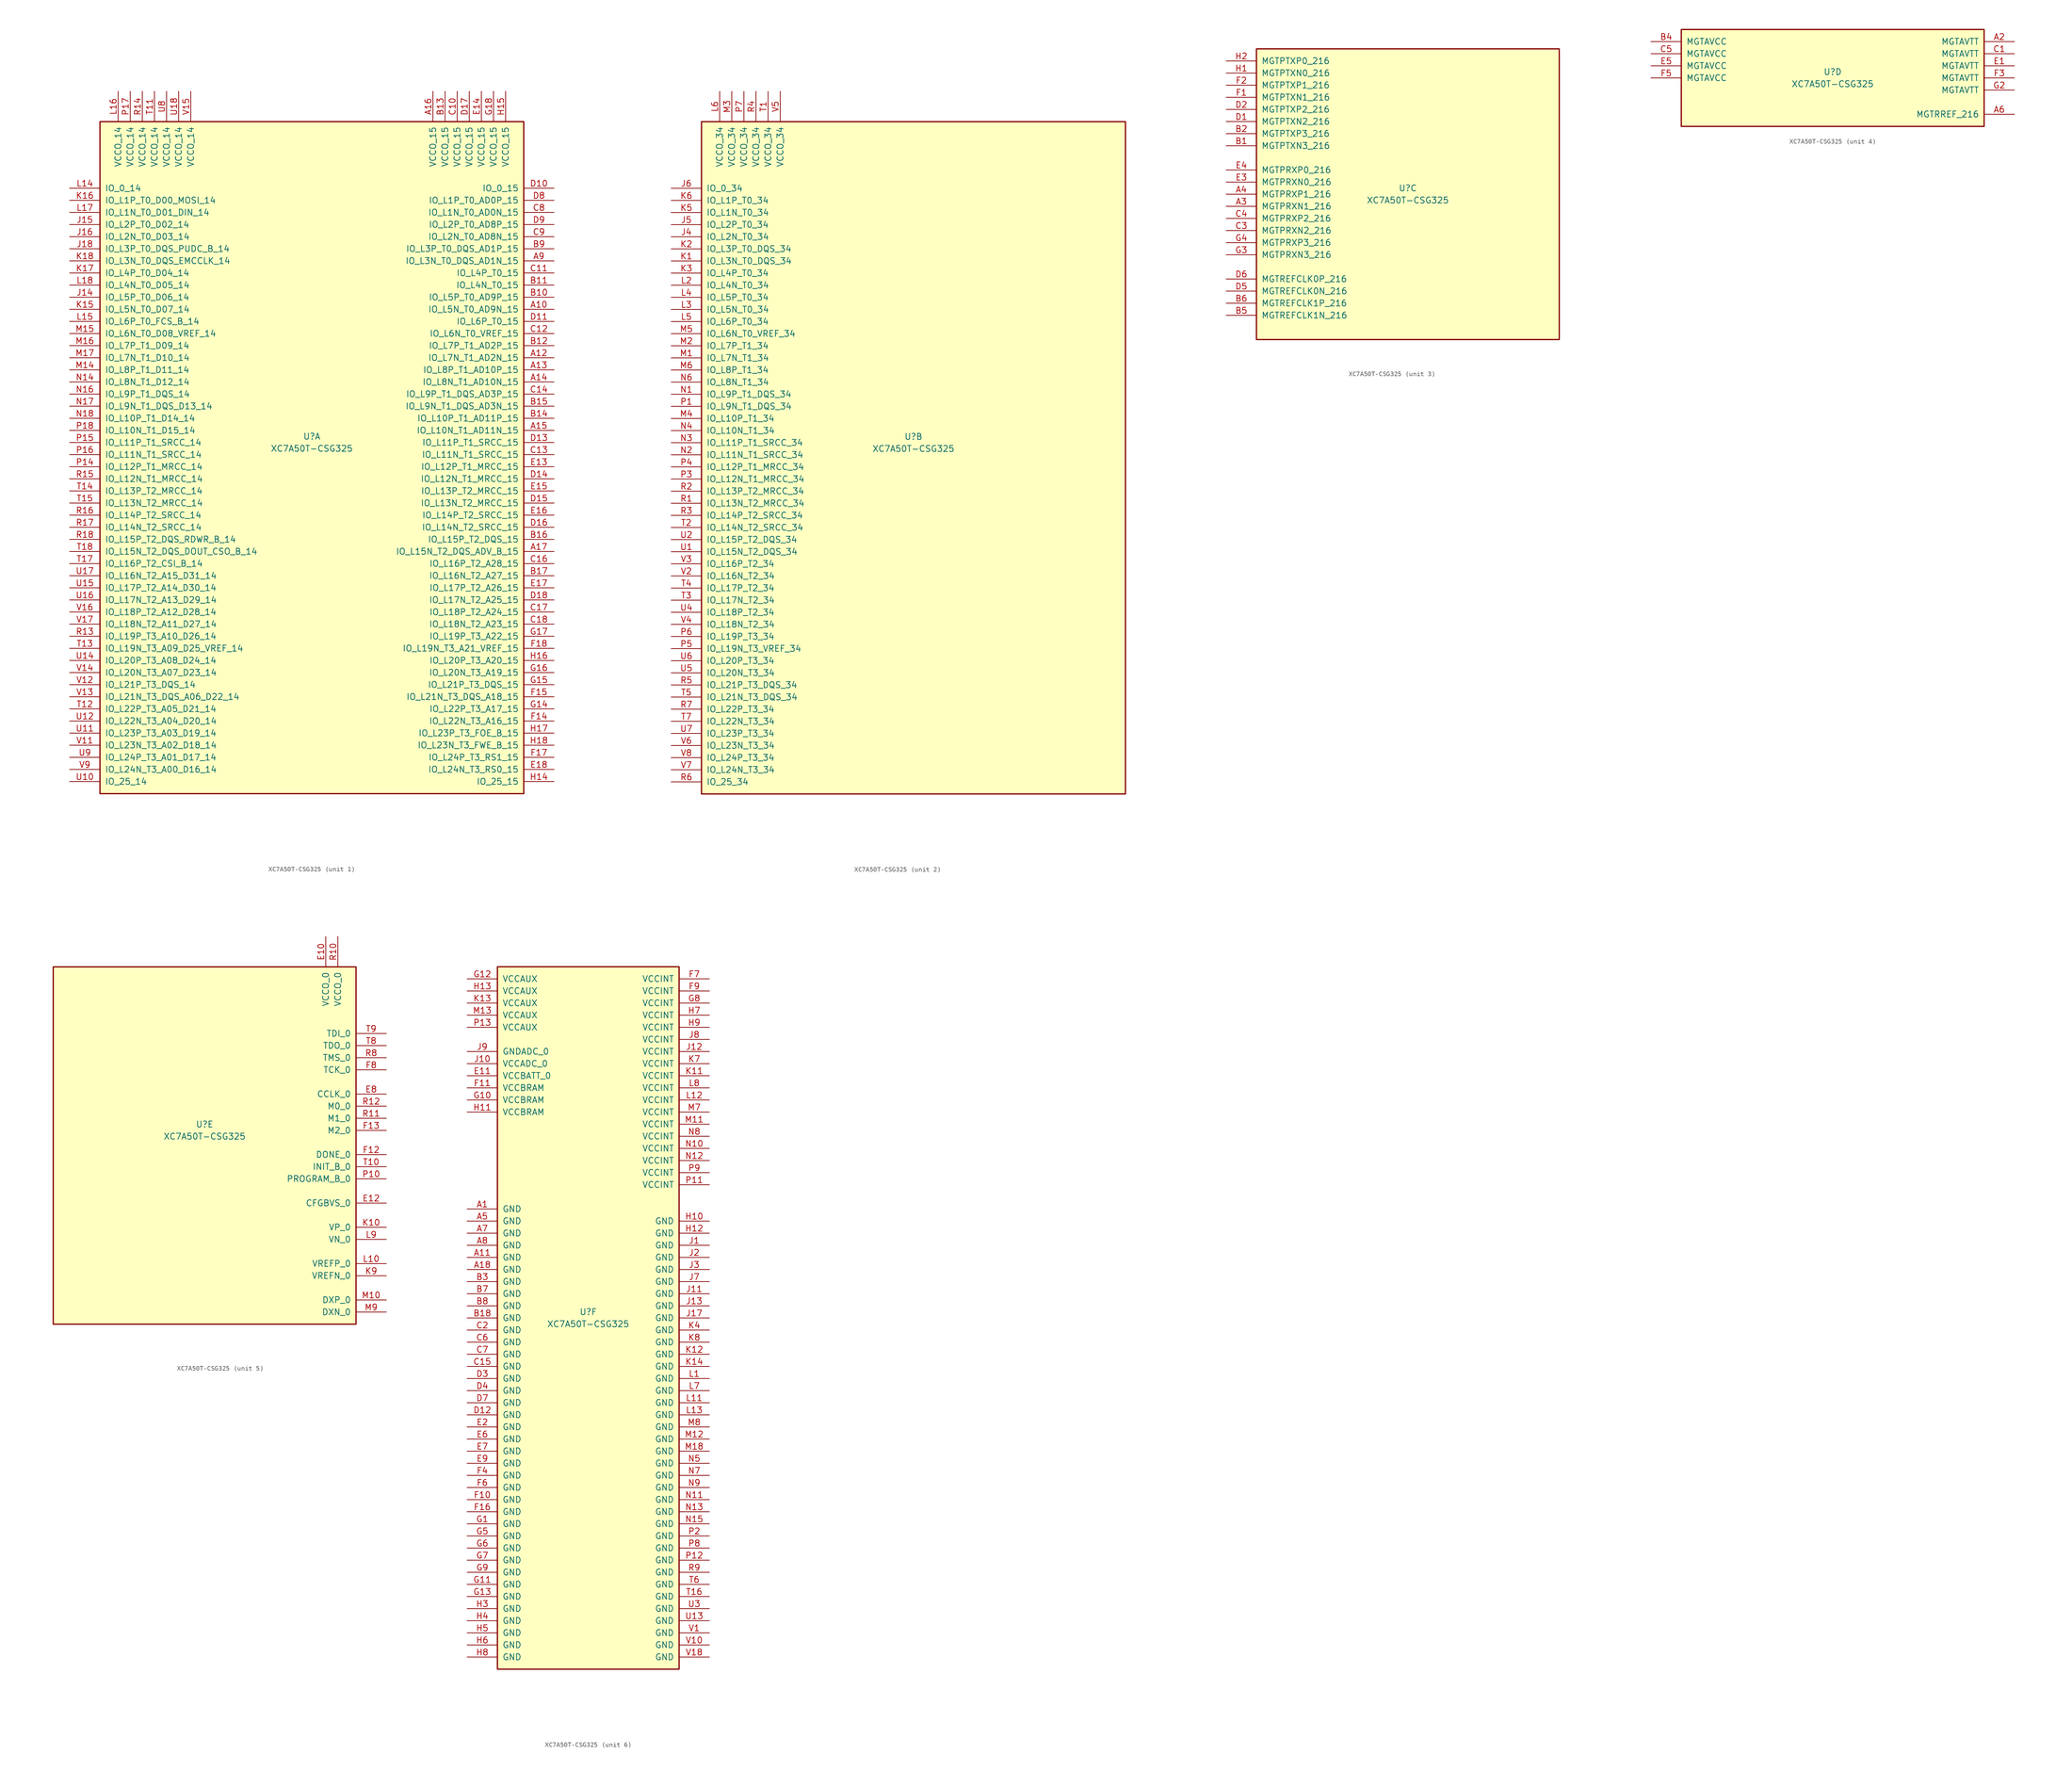
<source format=kicad_sym>
(kicad_symbol_lib
  (version 20241209)
  (generator "kicad_symbol_editor")
  (generator_version "9.0")
  (symbol "XC7A50T-CSG325"
    (pin_names
      (offset 1.016))
    (property "Reference" "U"
      (at 0 1.27 0)
      (effects (font (size 1.27 1.27))))
    (property "Value" "XC7A50T-CSG325"
      (at 0 -1.27 0)
      (effects (font (size 1.27 1.27))))
    (property "Datasheet" ""
      (at 0 0 0)
      (effects (font (size 1.27 1.27))))
    (property "ki_locked" ""
      (at 0 0 0)
      (effects (font (size 1.27 1.27))))
    (symbol "XC7A50T-CSG325_1_1"
      (rectangle (start -44.45 67.31) (end 44.45 -73.66) (stroke (width 0.254) (type default)) (fill (type background)))
      (pin bidirectional line (at -50.8 53.34 0) (length 6.35) (name "IO_0_14" (effects (font (size 1.27 1.27)))) (number "L14" (effects (font (size 1.27 1.27)))))
      (pin bidirectional line (at -50.8 50.8 0) (length 6.35) (name "IO_L1P_T0_D00_MOSI_14" (effects (font (size 1.27 1.27)))) (number "K16" (effects (font (size 1.27 1.27)))))
      (pin bidirectional line (at -50.8 48.26 0) (length 6.35) (name "IO_L1N_T0_D01_DIN_14" (effects (font (size 1.27 1.27)))) (number "L17" (effects (font (size 1.27 1.27)))))
      (pin bidirectional line (at -50.8 45.72 0) (length 6.35) (name "IO_L2P_T0_D02_14" (effects (font (size 1.27 1.27)))) (number "J15" (effects (font (size 1.27 1.27)))))
      (pin bidirectional line (at -50.8 43.18 0) (length 6.35) (name "IO_L2N_T0_D03_14" (effects (font (size 1.27 1.27)))) (number "J16" (effects (font (size 1.27 1.27)))))
      (pin bidirectional line (at -50.8 40.64 0) (length 6.35) (name "IO_L3P_T0_DQS_PUDC_B_14" (effects (font (size 1.27 1.27)))) (number "J18" (effects (font (size 1.27 1.27)))))
      (pin bidirectional line (at -50.8 38.1 0) (length 6.35) (name "IO_L3N_T0_DQS_EMCCLK_14" (effects (font (size 1.27 1.27)))) (number "K18" (effects (font (size 1.27 1.27)))))
      (pin bidirectional line (at -50.8 35.56 0) (length 6.35) (name "IO_L4P_T0_D04_14" (effects (font (size 1.27 1.27)))) (number "K17" (effects (font (size 1.27 1.27)))))
      (pin bidirectional line (at -50.8 33.02 0) (length 6.35) (name "IO_L4N_T0_D05_14" (effects (font (size 1.27 1.27)))) (number "L18" (effects (font (size 1.27 1.27)))))
      (pin bidirectional line (at -50.8 30.48 0) (length 6.35) (name "IO_L5P_T0_D06_14" (effects (font (size 1.27 1.27)))) (number "J14" (effects (font (size 1.27 1.27)))))
      (pin bidirectional line (at -50.8 27.94 0) (length 6.35) (name "IO_L5N_T0_D07_14" (effects (font (size 1.27 1.27)))) (number "K15" (effects (font (size 1.27 1.27)))))
      (pin bidirectional line (at -50.8 25.4 0) (length 6.35) (name "IO_L6P_T0_FCS_B_14" (effects (font (size 1.27 1.27)))) (number "L15" (effects (font (size 1.27 1.27)))))
      (pin bidirectional line (at -50.8 22.86 0) (length 6.35) (name "IO_L6N_T0_D08_VREF_14" (effects (font (size 1.27 1.27)))) (number "M15" (effects (font (size 1.27 1.27)))))
      (pin bidirectional line (at -50.8 20.32 0) (length 6.35) (name "IO_L7P_T1_D09_14" (effects (font (size 1.27 1.27)))) (number "M16" (effects (font (size 1.27 1.27)))))
      (pin bidirectional line (at -50.8 17.78 0) (length 6.35) (name "IO_L7N_T1_D10_14" (effects (font (size 1.27 1.27)))) (number "M17" (effects (font (size 1.27 1.27)))))
      (pin bidirectional line (at -50.8 15.24 0) (length 6.35) (name "IO_L8P_T1_D11_14" (effects (font (size 1.27 1.27)))) (number "M14" (effects (font (size 1.27 1.27)))))
      (pin bidirectional line (at -50.8 12.7 0) (length 6.35) (name "IO_L8N_T1_D12_14" (effects (font (size 1.27 1.27)))) (number "N14" (effects (font (size 1.27 1.27)))))
      (pin bidirectional line (at -50.8 10.16 0) (length 6.35) (name "IO_L9P_T1_DQS_14" (effects (font (size 1.27 1.27)))) (number "N16" (effects (font (size 1.27 1.27)))))
      (pin bidirectional line (at -50.8 7.62 0) (length 6.35) (name "IO_L9N_T1_DQS_D13_14" (effects (font (size 1.27 1.27)))) (number "N17" (effects (font (size 1.27 1.27)))))
      (pin bidirectional line (at -50.8 5.08 0) (length 6.35) (name "IO_L10P_T1_D14_14" (effects (font (size 1.27 1.27)))) (number "N18" (effects (font (size 1.27 1.27)))))
      (pin bidirectional line (at -50.8 2.54 0) (length 6.35) (name "IO_L10N_T1_D15_14" (effects (font (size 1.27 1.27)))) (number "P18" (effects (font (size 1.27 1.27)))))
      (pin bidirectional line (at -50.8 0 0) (length 6.35) (name "IO_L11P_T1_SRCC_14" (effects (font (size 1.27 1.27)))) (number "P15" (effects (font (size 1.27 1.27)))))
      (pin bidirectional line (at -50.8 -2.54 0) (length 6.35) (name "IO_L11N_T1_SRCC_14" (effects (font (size 1.27 1.27)))) (number "P16" (effects (font (size 1.27 1.27)))))
      (pin bidirectional line (at -50.8 -5.08 0) (length 6.35) (name "IO_L12P_T1_MRCC_14" (effects (font (size 1.27 1.27)))) (number "P14" (effects (font (size 1.27 1.27)))))
      (pin bidirectional line (at -50.8 -7.62 0) (length 6.35) (name "IO_L12N_T1_MRCC_14" (effects (font (size 1.27 1.27)))) (number "R15" (effects (font (size 1.27 1.27)))))
      (pin bidirectional line (at -50.8 -10.16 0) (length 6.35) (name "IO_L13P_T2_MRCC_14" (effects (font (size 1.27 1.27)))) (number "T14" (effects (font (size 1.27 1.27)))))
      (pin bidirectional line (at -50.8 -12.7 0) (length 6.35) (name "IO_L13N_T2_MRCC_14" (effects (font (size 1.27 1.27)))) (number "T15" (effects (font (size 1.27 1.27)))))
      (pin bidirectional line (at -50.8 -15.24 0) (length 6.35) (name "IO_L14P_T2_SRCC_14" (effects (font (size 1.27 1.27)))) (number "R16" (effects (font (size 1.27 1.27)))))
      (pin bidirectional line (at -50.8 -17.78 0) (length 6.35) (name "IO_L14N_T2_SRCC_14" (effects (font (size 1.27 1.27)))) (number "R17" (effects (font (size 1.27 1.27)))))
      (pin bidirectional line (at -50.8 -20.32 0) (length 6.35) (name "IO_L15P_T2_DQS_RDWR_B_14" (effects (font (size 1.27 1.27)))) (number "R18" (effects (font (size 1.27 1.27)))))
      (pin bidirectional line (at -50.8 -22.86 0) (length 6.35) (name "IO_L15N_T2_DQS_DOUT_CSO_B_14" (effects (font (size 1.27 1.27)))) (number "T18" (effects (font (size 1.27 1.27)))))
      (pin bidirectional line (at -50.8 -25.4 0) (length 6.35) (name "IO_L16P_T2_CSI_B_14" (effects (font (size 1.27 1.27)))) (number "T17" (effects (font (size 1.27 1.27)))))
      (pin bidirectional line (at -50.8 -27.94 0) (length 6.35) (name "IO_L16N_T2_A15_D31_14" (effects (font (size 1.27 1.27)))) (number "U17" (effects (font (size 1.27 1.27)))))
      (pin bidirectional line (at -50.8 -30.48 0) (length 6.35) (name "IO_L17P_T2_A14_D30_14" (effects (font (size 1.27 1.27)))) (number "U15" (effects (font (size 1.27 1.27)))))
      (pin bidirectional line (at -50.8 -33.02 0) (length 6.35) (name "IO_L17N_T2_A13_D29_14" (effects (font (size 1.27 1.27)))) (number "U16" (effects (font (size 1.27 1.27)))))
      (pin bidirectional line (at -50.8 -35.56 0) (length 6.35) (name "IO_L18P_T2_A12_D28_14" (effects (font (size 1.27 1.27)))) (number "V16" (effects (font (size 1.27 1.27)))))
      (pin bidirectional line (at -50.8 -38.1 0) (length 6.35) (name "IO_L18N_T2_A11_D27_14" (effects (font (size 1.27 1.27)))) (number "V17" (effects (font (size 1.27 1.27)))))
      (pin bidirectional line (at -50.8 -40.64 0) (length 6.35) (name "IO_L19P_T3_A10_D26_14" (effects (font (size 1.27 1.27)))) (number "R13" (effects (font (size 1.27 1.27)))))
      (pin bidirectional line (at -50.8 -43.18 0) (length 6.35) (name "IO_L19N_T3_A09_D25_VREF_14" (effects (font (size 1.27 1.27)))) (number "T13" (effects (font (size 1.27 1.27)))))
      (pin bidirectional line (at -50.8 -45.72 0) (length 6.35) (name "IO_L20P_T3_A08_D24_14" (effects (font (size 1.27 1.27)))) (number "U14" (effects (font (size 1.27 1.27)))))
      (pin bidirectional line (at -50.8 -48.26 0) (length 6.35) (name "IO_L20N_T3_A07_D23_14" (effects (font (size 1.27 1.27)))) (number "V14" (effects (font (size 1.27 1.27)))))
      (pin bidirectional line (at -50.8 -50.8 0) (length 6.35) (name "IO_L21P_T3_DQS_14" (effects (font (size 1.27 1.27)))) (number "V12" (effects (font (size 1.27 1.27)))))
      (pin bidirectional line (at -50.8 -53.34 0) (length 6.35) (name "IO_L21N_T3_DQS_A06_D22_14" (effects (font (size 1.27 1.27)))) (number "V13" (effects (font (size 1.27 1.27)))))
      (pin bidirectional line (at -50.8 -55.88 0) (length 6.35) (name "IO_L22P_T3_A05_D21_14" (effects (font (size 1.27 1.27)))) (number "T12" (effects (font (size 1.27 1.27)))))
      (pin bidirectional line (at -50.8 -58.42 0) (length 6.35) (name "IO_L22N_T3_A04_D20_14" (effects (font (size 1.27 1.27)))) (number "U12" (effects (font (size 1.27 1.27)))))
      (pin bidirectional line (at -50.8 -60.96 0) (length 6.35) (name "IO_L23P_T3_A03_D19_14" (effects (font (size 1.27 1.27)))) (number "U11" (effects (font (size 1.27 1.27)))))
      (pin bidirectional line (at -50.8 -63.5 0) (length 6.35) (name "IO_L23N_T3_A02_D18_14" (effects (font (size 1.27 1.27)))) (number "V11" (effects (font (size 1.27 1.27)))))
      (pin bidirectional line (at -50.8 -66.04 0) (length 6.35) (name "IO_L24P_T3_A01_D17_14" (effects (font (size 1.27 1.27)))) (number "U9" (effects (font (size 1.27 1.27)))))
      (pin bidirectional line (at -50.8 -68.58 0) (length 6.35) (name "IO_L24N_T3_A00_D16_14" (effects (font (size 1.27 1.27)))) (number "V9" (effects (font (size 1.27 1.27)))))
      (pin bidirectional line (at -50.8 -71.12 0) (length 6.35) (name "IO_25_14" (effects (font (size 1.27 1.27)))) (number "U10" (effects (font (size 1.27 1.27)))))
      (pin power_in line (at -40.64 73.66 270) (length 6.35) (name "VCCO_14" (effects (font (size 1.27 1.27)))) (number "L16" (effects (font (size 1.27 1.27)))))
      (pin power_in line (at -38.1 73.66 270) (length 6.35) (name "VCCO_14" (effects (font (size 1.27 1.27)))) (number "P17" (effects (font (size 1.27 1.27)))))
      (pin power_in line (at -35.56 73.66 270) (length 6.35) (name "VCCO_14" (effects (font (size 1.27 1.27)))) (number "R14" (effects (font (size 1.27 1.27)))))
      (pin power_in line (at -33.02 73.66 270) (length 6.35) (name "VCCO_14" (effects (font (size 1.27 1.27)))) (number "T11" (effects (font (size 1.27 1.27)))))
      (pin power_in line (at -30.48 73.66 270) (length 6.35) (name "VCCO_14" (effects (font (size 1.27 1.27)))) (number "U8" (effects (font (size 1.27 1.27)))))
      (pin power_in line (at -27.94 73.66 270) (length 6.35) (name "VCCO_14" (effects (font (size 1.27 1.27)))) (number "U18" (effects (font (size 1.27 1.27)))))
      (pin power_in line (at -25.4 73.66 270) (length 6.35) (name "VCCO_14" (effects (font (size 1.27 1.27)))) (number "V15" (effects (font (size 1.27 1.27)))))
      (pin power_in line (at 25.4 73.66 270) (length 6.35) (name "VCCO_15" (effects (font (size 1.27 1.27)))) (number "A16" (effects (font (size 1.27 1.27)))))
      (pin power_in line (at 27.94 73.66 270) (length 6.35) (name "VCCO_15" (effects (font (size 1.27 1.27)))) (number "B13" (effects (font (size 1.27 1.27)))))
      (pin power_in line (at 30.48 73.66 270) (length 6.35) (name "VCCO_15" (effects (font (size 1.27 1.27)))) (number "C10" (effects (font (size 1.27 1.27)))))
      (pin power_in line (at 33.02 73.66 270) (length 6.35) (name "VCCO_15" (effects (font (size 1.27 1.27)))) (number "D17" (effects (font (size 1.27 1.27)))))
      (pin power_in line (at 35.56 73.66 270) (length 6.35) (name "VCCO_15" (effects (font (size 1.27 1.27)))) (number "E14" (effects (font (size 1.27 1.27)))))
      (pin power_in line (at 38.1 73.66 270) (length 6.35) (name "VCCO_15" (effects (font (size 1.27 1.27)))) (number "G18" (effects (font (size 1.27 1.27)))))
      (pin power_in line (at 40.64 73.66 270) (length 6.35) (name "VCCO_15" (effects (font (size 1.27 1.27)))) (number "H15" (effects (font (size 1.27 1.27)))))
      (pin bidirectional line (at 50.8 53.34 180) (length 6.35) (name "IO_0_15" (effects (font (size 1.27 1.27)))) (number "D10" (effects (font (size 1.27 1.27)))))
      (pin bidirectional line (at 50.8 50.8 180) (length 6.35) (name "IO_L1P_T0_AD0P_15" (effects (font (size 1.27 1.27)))) (number "D8" (effects (font (size 1.27 1.27)))))
      (pin bidirectional line (at 50.8 48.26 180) (length 6.35) (name "IO_L1N_T0_AD0N_15" (effects (font (size 1.27 1.27)))) (number "C8" (effects (font (size 1.27 1.27)))))
      (pin bidirectional line (at 50.8 45.72 180) (length 6.35) (name "IO_L2P_T0_AD8P_15" (effects (font (size 1.27 1.27)))) (number "D9" (effects (font (size 1.27 1.27)))))
      (pin bidirectional line (at 50.8 43.18 180) (length 6.35) (name "IO_L2N_T0_AD8N_15" (effects (font (size 1.27 1.27)))) (number "C9" (effects (font (size 1.27 1.27)))))
      (pin bidirectional line (at 50.8 40.64 180) (length 6.35) (name "IO_L3P_T0_DQS_AD1P_15" (effects (font (size 1.27 1.27)))) (number "B9" (effects (font (size 1.27 1.27)))))
      (pin bidirectional line (at 50.8 38.1 180) (length 6.35) (name "IO_L3N_T0_DQS_AD1N_15" (effects (font (size 1.27 1.27)))) (number "A9" (effects (font (size 1.27 1.27)))))
      (pin bidirectional line (at 50.8 35.56 180) (length 6.35) (name "IO_L4P_T0_15" (effects (font (size 1.27 1.27)))) (number "C11" (effects (font (size 1.27 1.27)))))
      (pin bidirectional line (at 50.8 33.02 180) (length 6.35) (name "IO_L4N_T0_15" (effects (font (size 1.27 1.27)))) (number "B11" (effects (font (size 1.27 1.27)))))
      (pin bidirectional line (at 50.8 30.48 180) (length 6.35) (name "IO_L5P_T0_AD9P_15" (effects (font (size 1.27 1.27)))) (number "B10" (effects (font (size 1.27 1.27)))))
      (pin bidirectional line (at 50.8 27.94 180) (length 6.35) (name "IO_L5N_T0_AD9N_15" (effects (font (size 1.27 1.27)))) (number "A10" (effects (font (size 1.27 1.27)))))
      (pin bidirectional line (at 50.8 25.4 180) (length 6.35) (name "IO_L6P_T0_15" (effects (font (size 1.27 1.27)))) (number "D11" (effects (font (size 1.27 1.27)))))
      (pin bidirectional line (at 50.8 22.86 180) (length 6.35) (name "IO_L6N_T0_VREF_15" (effects (font (size 1.27 1.27)))) (number "C12" (effects (font (size 1.27 1.27)))))
      (pin bidirectional line (at 50.8 20.32 180) (length 6.35) (name "IO_L7P_T1_AD2P_15" (effects (font (size 1.27 1.27)))) (number "B12" (effects (font (size 1.27 1.27)))))
      (pin bidirectional line (at 50.8 17.78 180) (length 6.35) (name "IO_L7N_T1_AD2N_15" (effects (font (size 1.27 1.27)))) (number "A12" (effects (font (size 1.27 1.27)))))
      (pin bidirectional line (at 50.8 15.24 180) (length 6.35) (name "IO_L8P_T1_AD10P_15" (effects (font (size 1.27 1.27)))) (number "A13" (effects (font (size 1.27 1.27)))))
      (pin bidirectional line (at 50.8 12.7 180) (length 6.35) (name "IO_L8N_T1_AD10N_15" (effects (font (size 1.27 1.27)))) (number "A14" (effects (font (size 1.27 1.27)))))
      (pin bidirectional line (at 50.8 10.16 180) (length 6.35) (name "IO_L9P_T1_DQS_AD3P_15" (effects (font (size 1.27 1.27)))) (number "C14" (effects (font (size 1.27 1.27)))))
      (pin bidirectional line (at 50.8 7.62 180) (length 6.35) (name "IO_L9N_T1_DQS_AD3N_15" (effects (font (size 1.27 1.27)))) (number "B15" (effects (font (size 1.27 1.27)))))
      (pin bidirectional line (at 50.8 5.08 180) (length 6.35) (name "IO_L10P_T1_AD11P_15" (effects (font (size 1.27 1.27)))) (number "B14" (effects (font (size 1.27 1.27)))))
      (pin bidirectional line (at 50.8 2.54 180) (length 6.35) (name "IO_L10N_T1_AD11N_15" (effects (font (size 1.27 1.27)))) (number "A15" (effects (font (size 1.27 1.27)))))
      (pin bidirectional line (at 50.8 0 180) (length 6.35) (name "IO_L11P_T1_SRCC_15" (effects (font (size 1.27 1.27)))) (number "D13" (effects (font (size 1.27 1.27)))))
      (pin bidirectional line (at 50.8 -2.54 180) (length 6.35) (name "IO_L11N_T1_SRCC_15" (effects (font (size 1.27 1.27)))) (number "C13" (effects (font (size 1.27 1.27)))))
      (pin bidirectional line (at 50.8 -5.08 180) (length 6.35) (name "IO_L12P_T1_MRCC_15" (effects (font (size 1.27 1.27)))) (number "E13" (effects (font (size 1.27 1.27)))))
      (pin bidirectional line (at 50.8 -7.62 180) (length 6.35) (name "IO_L12N_T1_MRCC_15" (effects (font (size 1.27 1.27)))) (number "D14" (effects (font (size 1.27 1.27)))))
      (pin bidirectional line (at 50.8 -10.16 180) (length 6.35) (name "IO_L13P_T2_MRCC_15" (effects (font (size 1.27 1.27)))) (number "E15" (effects (font (size 1.27 1.27)))))
      (pin bidirectional line (at 50.8 -12.7 180) (length 6.35) (name "IO_L13N_T2_MRCC_15" (effects (font (size 1.27 1.27)))) (number "D15" (effects (font (size 1.27 1.27)))))
      (pin bidirectional line (at 50.8 -15.24 180) (length 6.35) (name "IO_L14P_T2_SRCC_15" (effects (font (size 1.27 1.27)))) (number "E16" (effects (font (size 1.27 1.27)))))
      (pin bidirectional line (at 50.8 -17.78 180) (length 6.35) (name "IO_L14N_T2_SRCC_15" (effects (font (size 1.27 1.27)))) (number "D16" (effects (font (size 1.27 1.27)))))
      (pin bidirectional line (at 50.8 -20.32 180) (length 6.35) (name "IO_L15P_T2_DQS_15" (effects (font (size 1.27 1.27)))) (number "B16" (effects (font (size 1.27 1.27)))))
      (pin bidirectional line (at 50.8 -22.86 180) (length 6.35) (name "IO_L15N_T2_DQS_ADV_B_15" (effects (font (size 1.27 1.27)))) (number "A17" (effects (font (size 1.27 1.27)))))
      (pin bidirectional line (at 50.8 -25.4 180) (length 6.35) (name "IO_L16P_T2_A28_15" (effects (font (size 1.27 1.27)))) (number "C16" (effects (font (size 1.27 1.27)))))
      (pin bidirectional line (at 50.8 -27.94 180) (length 6.35) (name "IO_L16N_T2_A27_15" (effects (font (size 1.27 1.27)))) (number "B17" (effects (font (size 1.27 1.27)))))
      (pin bidirectional line (at 50.8 -30.48 180) (length 6.35) (name "IO_L17P_T2_A26_15" (effects (font (size 1.27 1.27)))) (number "E17" (effects (font (size 1.27 1.27)))))
      (pin bidirectional line (at 50.8 -33.02 180) (length 6.35) (name "IO_L17N_T2_A25_15" (effects (font (size 1.27 1.27)))) (number "D18" (effects (font (size 1.27 1.27)))))
      (pin bidirectional line (at 50.8 -35.56 180) (length 6.35) (name "IO_L18P_T2_A24_15" (effects (font (size 1.27 1.27)))) (number "C17" (effects (font (size 1.27 1.27)))))
      (pin bidirectional line (at 50.8 -38.1 180) (length 6.35) (name "IO_L18N_T2_A23_15" (effects (font (size 1.27 1.27)))) (number "C18" (effects (font (size 1.27 1.27)))))
      (pin bidirectional line (at 50.8 -40.64 180) (length 6.35) (name "IO_L19P_T3_A22_15" (effects (font (size 1.27 1.27)))) (number "G17" (effects (font (size 1.27 1.27)))))
      (pin bidirectional line (at 50.8 -43.18 180) (length 6.35) (name "IO_L19N_T3_A21_VREF_15" (effects (font (size 1.27 1.27)))) (number "F18" (effects (font (size 1.27 1.27)))))
      (pin bidirectional line (at 50.8 -45.72 180) (length 6.35) (name "IO_L20P_T3_A20_15" (effects (font (size 1.27 1.27)))) (number "H16" (effects (font (size 1.27 1.27)))))
      (pin bidirectional line (at 50.8 -48.26 180) (length 6.35) (name "IO_L20N_T3_A19_15" (effects (font (size 1.27 1.27)))) (number "G16" (effects (font (size 1.27 1.27)))))
      (pin bidirectional line (at 50.8 -50.8 180) (length 6.35) (name "IO_L21P_T3_DQS_15" (effects (font (size 1.27 1.27)))) (number "G15" (effects (font (size 1.27 1.27)))))
      (pin bidirectional line (at 50.8 -53.34 180) (length 6.35) (name "IO_L21N_T3_DQS_A18_15" (effects (font (size 1.27 1.27)))) (number "F15" (effects (font (size 1.27 1.27)))))
      (pin bidirectional line (at 50.8 -55.88 180) (length 6.35) (name "IO_L22P_T3_A17_15" (effects (font (size 1.27 1.27)))) (number "G14" (effects (font (size 1.27 1.27)))))
      (pin bidirectional line (at 50.8 -58.42 180) (length 6.35) (name "IO_L22N_T3_A16_15" (effects (font (size 1.27 1.27)))) (number "F14" (effects (font (size 1.27 1.27)))))
      (pin bidirectional line (at 50.8 -60.96 180) (length 6.35) (name "IO_L23P_T3_FOE_B_15" (effects (font (size 1.27 1.27)))) (number "H17" (effects (font (size 1.27 1.27)))))
      (pin bidirectional line (at 50.8 -63.5 180) (length 6.35) (name "IO_L23N_T3_FWE_B_15" (effects (font (size 1.27 1.27)))) (number "H18" (effects (font (size 1.27 1.27)))))
      (pin bidirectional line (at 50.8 -66.04 180) (length 6.35) (name "IO_L24P_T3_RS1_15" (effects (font (size 1.27 1.27)))) (number "F17" (effects (font (size 1.27 1.27)))))
      (pin bidirectional line (at 50.8 -68.58 180) (length 6.35) (name "IO_L24N_T3_RS0_15" (effects (font (size 1.27 1.27)))) (number "E18" (effects (font (size 1.27 1.27)))))
      (pin bidirectional line (at 50.8 -71.12 180) (length 6.35) (name "IO_25_15" (effects (font (size 1.27 1.27)))) (number "H14" (effects (font (size 1.27 1.27))))))
    (symbol "XC7A50T-CSG325_2_1"
      (rectangle (start -44.45 67.31) (end 44.45 -73.66) (stroke (width 0.254) (type default)) (fill (type background)))
      (pin bidirectional line (at -50.8 53.34 0) (length 6.35) (name "IO_0_34" (effects (font (size 1.27 1.27)))) (number "J6" (effects (font (size 1.27 1.27)))))
      (pin bidirectional line (at -50.8 50.8 0) (length 6.35) (name "IO_L1P_T0_34" (effects (font (size 1.27 1.27)))) (number "K6" (effects (font (size 1.27 1.27)))))
      (pin bidirectional line (at -50.8 48.26 0) (length 6.35) (name "IO_L1N_T0_34" (effects (font (size 1.27 1.27)))) (number "K5" (effects (font (size 1.27 1.27)))))
      (pin bidirectional line (at -50.8 45.72 0) (length 6.35) (name "IO_L2P_T0_34" (effects (font (size 1.27 1.27)))) (number "J5" (effects (font (size 1.27 1.27)))))
      (pin bidirectional line (at -50.8 43.18 0) (length 6.35) (name "IO_L2N_T0_34" (effects (font (size 1.27 1.27)))) (number "J4" (effects (font (size 1.27 1.27)))))
      (pin bidirectional line (at -50.8 40.64 0) (length 6.35) (name "IO_L3P_T0_DQS_34" (effects (font (size 1.27 1.27)))) (number "K2" (effects (font (size 1.27 1.27)))))
      (pin bidirectional line (at -50.8 38.1 0) (length 6.35) (name "IO_L3N_T0_DQS_34" (effects (font (size 1.27 1.27)))) (number "K1" (effects (font (size 1.27 1.27)))))
      (pin bidirectional line (at -50.8 35.56 0) (length 6.35) (name "IO_L4P_T0_34" (effects (font (size 1.27 1.27)))) (number "K3" (effects (font (size 1.27 1.27)))))
      (pin bidirectional line (at -50.8 33.02 0) (length 6.35) (name "IO_L4N_T0_34" (effects (font (size 1.27 1.27)))) (number "L2" (effects (font (size 1.27 1.27)))))
      (pin bidirectional line (at -50.8 30.48 0) (length 6.35) (name "IO_L5P_T0_34" (effects (font (size 1.27 1.27)))) (number "L4" (effects (font (size 1.27 1.27)))))
      (pin bidirectional line (at -50.8 27.94 0) (length 6.35) (name "IO_L5N_T0_34" (effects (font (size 1.27 1.27)))) (number "L3" (effects (font (size 1.27 1.27)))))
      (pin bidirectional line (at -50.8 25.4 0) (length 6.35) (name "IO_L6P_T0_34" (effects (font (size 1.27 1.27)))) (number "L5" (effects (font (size 1.27 1.27)))))
      (pin bidirectional line (at -50.8 22.86 0) (length 6.35) (name "IO_L6N_T0_VREF_34" (effects (font (size 1.27 1.27)))) (number "M5" (effects (font (size 1.27 1.27)))))
      (pin bidirectional line (at -50.8 20.32 0) (length 6.35) (name "IO_L7P_T1_34" (effects (font (size 1.27 1.27)))) (number "M2" (effects (font (size 1.27 1.27)))))
      (pin bidirectional line (at -50.8 17.78 0) (length 6.35) (name "IO_L7N_T1_34" (effects (font (size 1.27 1.27)))) (number "M1" (effects (font (size 1.27 1.27)))))
      (pin bidirectional line (at -50.8 15.24 0) (length 6.35) (name "IO_L8P_T1_34" (effects (font (size 1.27 1.27)))) (number "M6" (effects (font (size 1.27 1.27)))))
      (pin bidirectional line (at -50.8 12.7 0) (length 6.35) (name "IO_L8N_T1_34" (effects (font (size 1.27 1.27)))) (number "N6" (effects (font (size 1.27 1.27)))))
      (pin bidirectional line (at -50.8 10.16 0) (length 6.35) (name "IO_L9P_T1_DQS_34" (effects (font (size 1.27 1.27)))) (number "N1" (effects (font (size 1.27 1.27)))))
      (pin bidirectional line (at -50.8 7.62 0) (length 6.35) (name "IO_L9N_T1_DQS_34" (effects (font (size 1.27 1.27)))) (number "P1" (effects (font (size 1.27 1.27)))))
      (pin bidirectional line (at -50.8 5.08 0) (length 6.35) (name "IO_L10P_T1_34" (effects (font (size 1.27 1.27)))) (number "M4" (effects (font (size 1.27 1.27)))))
      (pin bidirectional line (at -50.8 2.54 0) (length 6.35) (name "IO_L10N_T1_34" (effects (font (size 1.27 1.27)))) (number "N4" (effects (font (size 1.27 1.27)))))
      (pin bidirectional line (at -50.8 0 0) (length 6.35) (name "IO_L11P_T1_SRCC_34" (effects (font (size 1.27 1.27)))) (number "N3" (effects (font (size 1.27 1.27)))))
      (pin bidirectional line (at -50.8 -2.54 0) (length 6.35) (name "IO_L11N_T1_SRCC_34" (effects (font (size 1.27 1.27)))) (number "N2" (effects (font (size 1.27 1.27)))))
      (pin bidirectional line (at -50.8 -5.08 0) (length 6.35) (name "IO_L12P_T1_MRCC_34" (effects (font (size 1.27 1.27)))) (number "P4" (effects (font (size 1.27 1.27)))))
      (pin bidirectional line (at -50.8 -7.62 0) (length 6.35) (name "IO_L12N_T1_MRCC_34" (effects (font (size 1.27 1.27)))) (number "P3" (effects (font (size 1.27 1.27)))))
      (pin bidirectional line (at -50.8 -10.16 0) (length 6.35) (name "IO_L13P_T2_MRCC_34" (effects (font (size 1.27 1.27)))) (number "R2" (effects (font (size 1.27 1.27)))))
      (pin bidirectional line (at -50.8 -12.7 0) (length 6.35) (name "IO_L13N_T2_MRCC_34" (effects (font (size 1.27 1.27)))) (number "R1" (effects (font (size 1.27 1.27)))))
      (pin bidirectional line (at -50.8 -15.24 0) (length 6.35) (name "IO_L14P_T2_SRCC_34" (effects (font (size 1.27 1.27)))) (number "R3" (effects (font (size 1.27 1.27)))))
      (pin bidirectional line (at -50.8 -17.78 0) (length 6.35) (name "IO_L14N_T2_SRCC_34" (effects (font (size 1.27 1.27)))) (number "T2" (effects (font (size 1.27 1.27)))))
      (pin bidirectional line (at -50.8 -20.32 0) (length 6.35) (name "IO_L15P_T2_DQS_34" (effects (font (size 1.27 1.27)))) (number "U2" (effects (font (size 1.27 1.27)))))
      (pin bidirectional line (at -50.8 -22.86 0) (length 6.35) (name "IO_L15N_T2_DQS_34" (effects (font (size 1.27 1.27)))) (number "U1" (effects (font (size 1.27 1.27)))))
      (pin bidirectional line (at -50.8 -25.4 0) (length 6.35) (name "IO_L16P_T2_34" (effects (font (size 1.27 1.27)))) (number "V3" (effects (font (size 1.27 1.27)))))
      (pin bidirectional line (at -50.8 -27.94 0) (length 6.35) (name "IO_L16N_T2_34" (effects (font (size 1.27 1.27)))) (number "V2" (effects (font (size 1.27 1.27)))))
      (pin bidirectional line (at -50.8 -30.48 0) (length 6.35) (name "IO_L17P_T2_34" (effects (font (size 1.27 1.27)))) (number "T4" (effects (font (size 1.27 1.27)))))
      (pin bidirectional line (at -50.8 -33.02 0) (length 6.35) (name "IO_L17N_T2_34" (effects (font (size 1.27 1.27)))) (number "T3" (effects (font (size 1.27 1.27)))))
      (pin bidirectional line (at -50.8 -35.56 0) (length 6.35) (name "IO_L18P_T2_34" (effects (font (size 1.27 1.27)))) (number "U4" (effects (font (size 1.27 1.27)))))
      (pin bidirectional line (at -50.8 -38.1 0) (length 6.35) (name "IO_L18N_T2_34" (effects (font (size 1.27 1.27)))) (number "V4" (effects (font (size 1.27 1.27)))))
      (pin bidirectional line (at -50.8 -40.64 0) (length 6.35) (name "IO_L19P_T3_34" (effects (font (size 1.27 1.27)))) (number "P6" (effects (font (size 1.27 1.27)))))
      (pin bidirectional line (at -50.8 -43.18 0) (length 6.35) (name "IO_L19N_T3_VREF_34" (effects (font (size 1.27 1.27)))) (number "P5" (effects (font (size 1.27 1.27)))))
      (pin bidirectional line (at -50.8 -45.72 0) (length 6.35) (name "IO_L20P_T3_34" (effects (font (size 1.27 1.27)))) (number "U6" (effects (font (size 1.27 1.27)))))
      (pin bidirectional line (at -50.8 -48.26 0) (length 6.35) (name "IO_L20N_T3_34" (effects (font (size 1.27 1.27)))) (number "U5" (effects (font (size 1.27 1.27)))))
      (pin bidirectional line (at -50.8 -50.8 0) (length 6.35) (name "IO_L21P_T3_DQS_34" (effects (font (size 1.27 1.27)))) (number "R5" (effects (font (size 1.27 1.27)))))
      (pin bidirectional line (at -50.8 -53.34 0) (length 6.35) (name "IO_L21N_T3_DQS_34" (effects (font (size 1.27 1.27)))) (number "T5" (effects (font (size 1.27 1.27)))))
      (pin bidirectional line (at -50.8 -55.88 0) (length 6.35) (name "IO_L22P_T3_34" (effects (font (size 1.27 1.27)))) (number "R7" (effects (font (size 1.27 1.27)))))
      (pin bidirectional line (at -50.8 -58.42 0) (length 6.35) (name "IO_L22N_T3_34" (effects (font (size 1.27 1.27)))) (number "T7" (effects (font (size 1.27 1.27)))))
      (pin bidirectional line (at -50.8 -60.96 0) (length 6.35) (name "IO_L23P_T3_34" (effects (font (size 1.27 1.27)))) (number "U7" (effects (font (size 1.27 1.27)))))
      (pin bidirectional line (at -50.8 -63.5 0) (length 6.35) (name "IO_L23N_T3_34" (effects (font (size 1.27 1.27)))) (number "V6" (effects (font (size 1.27 1.27)))))
      (pin bidirectional line (at -50.8 -66.04 0) (length 6.35) (name "IO_L24P_T3_34" (effects (font (size 1.27 1.27)))) (number "V8" (effects (font (size 1.27 1.27)))))
      (pin bidirectional line (at -50.8 -68.58 0) (length 6.35) (name "IO_L24N_T3_34" (effects (font (size 1.27 1.27)))) (number "V7" (effects (font (size 1.27 1.27)))))
      (pin bidirectional line (at -50.8 -71.12 0) (length 6.35) (name "IO_25_34" (effects (font (size 1.27 1.27)))) (number "R6" (effects (font (size 1.27 1.27)))))
      (pin power_in line (at -40.64 73.66 270) (length 6.35) (name "VCCO_34" (effects (font (size 1.27 1.27)))) (number "L6" (effects (font (size 1.27 1.27)))))
      (pin power_in line (at -38.1 73.66 270) (length 6.35) (name "VCCO_34" (effects (font (size 1.27 1.27)))) (number "M3" (effects (font (size 1.27 1.27)))))
      (pin power_in line (at -35.56 73.66 270) (length 6.35) (name "VCCO_34" (effects (font (size 1.27 1.27)))) (number "P7" (effects (font (size 1.27 1.27)))))
      (pin power_in line (at -33.02 73.66 270) (length 6.35) (name "VCCO_34" (effects (font (size 1.27 1.27)))) (number "R4" (effects (font (size 1.27 1.27)))))
      (pin power_in line (at -30.48 73.66 270) (length 6.35) (name "VCCO_34" (effects (font (size 1.27 1.27)))) (number "T1" (effects (font (size 1.27 1.27)))))
      (pin power_in line (at -27.94 73.66 270) (length 6.35) (name "VCCO_34" (effects (font (size 1.27 1.27)))) (number "V5" (effects (font (size 1.27 1.27))))))
    (symbol "XC7A50T-CSG325_3_1"
      (rectangle (start -31.75 30.48) (end 31.75 -30.48) (stroke (width 0.254) (type default)) (fill (type background)))
      (pin bidirectional line (at -38.1 27.94 0) (length 6.35) (name "MGTPTXP0_216" (effects (font (size 1.27 1.27)))) (number "H2" (effects (font (size 1.27 1.27)))))
      (pin bidirectional line (at -38.1 25.4 0) (length 6.35) (name "MGTPTXN0_216" (effects (font (size 1.27 1.27)))) (number "H1" (effects (font (size 1.27 1.27)))))
      (pin bidirectional line (at -38.1 22.86 0) (length 6.35) (name "MGTPTXP1_216" (effects (font (size 1.27 1.27)))) (number "F2" (effects (font (size 1.27 1.27)))))
      (pin bidirectional line (at -38.1 20.32 0) (length 6.35) (name "MGTPTXN1_216" (effects (font (size 1.27 1.27)))) (number "F1" (effects (font (size 1.27 1.27)))))
      (pin bidirectional line (at -38.1 17.78 0) (length 6.35) (name "MGTPTXP2_216" (effects (font (size 1.27 1.27)))) (number "D2" (effects (font (size 1.27 1.27)))))
      (pin bidirectional line (at -38.1 15.24 0) (length 6.35) (name "MGTPTXN2_216" (effects (font (size 1.27 1.27)))) (number "D1" (effects (font (size 1.27 1.27)))))
      (pin bidirectional line (at -38.1 12.7 0) (length 6.35) (name "MGTPTXP3_216" (effects (font (size 1.27 1.27)))) (number "B2" (effects (font (size 1.27 1.27)))))
      (pin bidirectional line (at -38.1 10.16 0) (length 6.35) (name "MGTPTXN3_216" (effects (font (size 1.27 1.27)))) (number "B1" (effects (font (size 1.27 1.27)))))
      (pin bidirectional line (at -38.1 5.08 0) (length 6.35) (name "MGTPRXP0_216" (effects (font (size 1.27 1.27)))) (number "E4" (effects (font (size 1.27 1.27)))))
      (pin bidirectional line (at -38.1 2.54 0) (length 6.35) (name "MGTPRXN0_216" (effects (font (size 1.27 1.27)))) (number "E3" (effects (font (size 1.27 1.27)))))
      (pin bidirectional line (at -38.1 0 0) (length 6.35) (name "MGTPRXP1_216" (effects (font (size 1.27 1.27)))) (number "A4" (effects (font (size 1.27 1.27)))))
      (pin bidirectional line (at -38.1 -2.54 0) (length 6.35) (name "MGTPRXN1_216" (effects (font (size 1.27 1.27)))) (number "A3" (effects (font (size 1.27 1.27)))))
      (pin bidirectional line (at -38.1 -5.08 0) (length 6.35) (name "MGTPRXP2_216" (effects (font (size 1.27 1.27)))) (number "C4" (effects (font (size 1.27 1.27)))))
      (pin bidirectional line (at -38.1 -7.62 0) (length 6.35) (name "MGTPRXN2_216" (effects (font (size 1.27 1.27)))) (number "C3" (effects (font (size 1.27 1.27)))))
      (pin bidirectional line (at -38.1 -10.16 0) (length 6.35) (name "MGTPRXP3_216" (effects (font (size 1.27 1.27)))) (number "G4" (effects (font (size 1.27 1.27)))))
      (pin bidirectional line (at -38.1 -12.7 0) (length 6.35) (name "MGTPRXN3_216" (effects (font (size 1.27 1.27)))) (number "G3" (effects (font (size 1.27 1.27)))))
      (pin bidirectional line (at -38.1 -17.78 0) (length 6.35) (name "MGTREFCLK0P_216" (effects (font (size 1.27 1.27)))) (number "D6" (effects (font (size 1.27 1.27)))))
      (pin bidirectional line (at -38.1 -20.32 0) (length 6.35) (name "MGTREFCLK0N_216" (effects (font (size 1.27 1.27)))) (number "D5" (effects (font (size 1.27 1.27)))))
      (pin bidirectional line (at -38.1 -22.86 0) (length 6.35) (name "MGTREFCLK1P_216" (effects (font (size 1.27 1.27)))) (number "B6" (effects (font (size 1.27 1.27)))))
      (pin bidirectional line (at -38.1 -25.4 0) (length 6.35) (name "MGTREFCLK1N_216" (effects (font (size 1.27 1.27)))) (number "B5" (effects (font (size 1.27 1.27))))))
    (symbol "XC7A50T-CSG325_4_1"
      (rectangle (start -31.75 10.16) (end 31.75 -10.16) (stroke (width 0.254) (type default)) (fill (type background)))
      (pin power_in line (at -38.1 7.62 0) (length 6.35) (name "MGTAVCC" (effects (font (size 1.27 1.27)))) (number "B4" (effects (font (size 1.27 1.27)))))
      (pin power_in line (at -38.1 5.08 0) (length 6.35) (name "MGTAVCC" (effects (font (size 1.27 1.27)))) (number "C5" (effects (font (size 1.27 1.27)))))
      (pin power_in line (at -38.1 2.54 0) (length 6.35) (name "MGTAVCC" (effects (font (size 1.27 1.27)))) (number "E5" (effects (font (size 1.27 1.27)))))
      (pin power_in line (at -38.1 0 0) (length 6.35) (name "MGTAVCC" (effects (font (size 1.27 1.27)))) (number "F5" (effects (font (size 1.27 1.27)))))
      (pin power_in line (at 38.1 7.62 180) (length 6.35) (name "MGTAVTT" (effects (font (size 1.27 1.27)))) (number "A2" (effects (font (size 1.27 1.27)))))
      (pin power_in line (at 38.1 5.08 180) (length 6.35) (name "MGTAVTT" (effects (font (size 1.27 1.27)))) (number "C1" (effects (font (size 1.27 1.27)))))
      (pin power_in line (at 38.1 2.54 180) (length 6.35) (name "MGTAVTT" (effects (font (size 1.27 1.27)))) (number "E1" (effects (font (size 1.27 1.27)))))
      (pin power_in line (at 38.1 0 180) (length 6.35) (name "MGTAVTT" (effects (font (size 1.27 1.27)))) (number "F3" (effects (font (size 1.27 1.27)))))
      (pin power_in line (at 38.1 -2.54 180) (length 6.35) (name "MGTAVTT" (effects (font (size 1.27 1.27)))) (number "G2" (effects (font (size 1.27 1.27)))))
      (pin power_in line (at 38.1 -7.62 180) (length 6.35) (name "MGTRREF_216" (effects (font (size 1.27 1.27)))) (number "A6" (effects (font (size 1.27 1.27))))))
    (symbol "XC7A50T-CSG325_5_1"
      (rectangle (start -31.75 34.29) (end 31.75 -40.64) (stroke (width 0.254) (type default)) (fill (type background)))
      (pin power_in line (at 25.4 40.64 270) (length 6.35) (name "VCCO_0" (effects (font (size 1.27 1.27)))) (number "E10" (effects (font (size 1.27 1.27)))))
      (pin power_in line (at 27.94 40.64 270) (length 6.35) (name "VCCO_0" (effects (font (size 1.27 1.27)))) (number "R10" (effects (font (size 1.27 1.27)))))
      (pin bidirectional line (at 38.1 20.32 180) (length 6.35) (name "TDI_0" (effects (font (size 1.27 1.27)))) (number "T9" (effects (font (size 1.27 1.27)))))
      (pin bidirectional line (at 38.1 17.78 180) (length 6.35) (name "TDO_0" (effects (font (size 1.27 1.27)))) (number "T8" (effects (font (size 1.27 1.27)))))
      (pin bidirectional line (at 38.1 15.24 180) (length 6.35) (name "TMS_0" (effects (font (size 1.27 1.27)))) (number "R8" (effects (font (size 1.27 1.27)))))
      (pin bidirectional line (at 38.1 12.7 180) (length 6.35) (name "TCK_0" (effects (font (size 1.27 1.27)))) (number "F8" (effects (font (size 1.27 1.27)))))
      (pin bidirectional line (at 38.1 7.62 180) (length 6.35) (name "CCLK_0" (effects (font (size 1.27 1.27)))) (number "E8" (effects (font (size 1.27 1.27)))))
      (pin bidirectional line (at 38.1 5.08 180) (length 6.35) (name "M0_0" (effects (font (size 1.27 1.27)))) (number "R12" (effects (font (size 1.27 1.27)))))
      (pin bidirectional line (at 38.1 2.54 180) (length 6.35) (name "M1_0" (effects (font (size 1.27 1.27)))) (number "R11" (effects (font (size 1.27 1.27)))))
      (pin bidirectional line (at 38.1 0 180) (length 6.35) (name "M2_0" (effects (font (size 1.27 1.27)))) (number "F13" (effects (font (size 1.27 1.27)))))
      (pin bidirectional line (at 38.1 -5.08 180) (length 6.35) (name "DONE_0" (effects (font (size 1.27 1.27)))) (number "F12" (effects (font (size 1.27 1.27)))))
      (pin bidirectional line (at 38.1 -7.62 180) (length 6.35) (name "INIT_B_0" (effects (font (size 1.27 1.27)))) (number "T10" (effects (font (size 1.27 1.27)))))
      (pin bidirectional line (at 38.1 -10.16 180) (length 6.35) (name "PROGRAM_B_0" (effects (font (size 1.27 1.27)))) (number "P10" (effects (font (size 1.27 1.27)))))
      (pin bidirectional line (at 38.1 -15.24 180) (length 6.35) (name "CFGBVS_0" (effects (font (size 1.27 1.27)))) (number "E12" (effects (font (size 1.27 1.27)))))
      (pin bidirectional line (at 38.1 -20.32 180) (length 6.35) (name "VP_0" (effects (font (size 1.27 1.27)))) (number "K10" (effects (font (size 1.27 1.27)))))
      (pin bidirectional line (at 38.1 -22.86 180) (length 6.35) (name "VN_0" (effects (font (size 1.27 1.27)))) (number "L9" (effects (font (size 1.27 1.27)))))
      (pin bidirectional line (at 38.1 -27.94 180) (length 6.35) (name "VREFP_0" (effects (font (size 1.27 1.27)))) (number "L10" (effects (font (size 1.27 1.27)))))
      (pin bidirectional line (at 38.1 -30.48 180) (length 6.35) (name "VREFN_0" (effects (font (size 1.27 1.27)))) (number "K9" (effects (font (size 1.27 1.27)))))
      (pin bidirectional line (at 38.1 -35.56 180) (length 6.35) (name "DXP_0" (effects (font (size 1.27 1.27)))) (number "M10" (effects (font (size 1.27 1.27)))))
      (pin bidirectional line (at 38.1 -38.1 180) (length 6.35) (name "DXN_0" (effects (font (size 1.27 1.27)))) (number "M9" (effects (font (size 1.27 1.27))))))
    (symbol "XC7A50T-CSG325_6_1"
      (rectangle (start -19.05 73.66) (end 19.05 -73.66) (stroke (width 0.254) (type default)) (fill (type background)))
      (pin power_in line (at -25.4 71.12 0) (length 6.35) (name "VCCAUX" (effects (font (size 1.27 1.27)))) (number "G12" (effects (font (size 1.27 1.27)))))
      (pin power_in line (at -25.4 68.58 0) (length 6.35) (name "VCCAUX" (effects (font (size 1.27 1.27)))) (number "H13" (effects (font (size 1.27 1.27)))))
      (pin power_in line (at -25.4 66.04 0) (length 6.35) (name "VCCAUX" (effects (font (size 1.27 1.27)))) (number "K13" (effects (font (size 1.27 1.27)))))
      (pin power_in line (at -25.4 63.5 0) (length 6.35) (name "VCCAUX" (effects (font (size 1.27 1.27)))) (number "M13" (effects (font (size 1.27 1.27)))))
      (pin power_in line (at -25.4 60.96 0) (length 6.35) (name "VCCAUX" (effects (font (size 1.27 1.27)))) (number "P13" (effects (font (size 1.27 1.27)))))
      (pin power_in line (at -25.4 55.88 0) (length 6.35) (name "GNDADC_0" (effects (font (size 1.27 1.27)))) (number "J9" (effects (font (size 1.27 1.27)))))
      (pin power_in line (at -25.4 53.34 0) (length 6.35) (name "VCCADC_0" (effects (font (size 1.27 1.27)))) (number "J10" (effects (font (size 1.27 1.27)))))
      (pin power_in line (at -25.4 50.8 0) (length 6.35) (name "VCCBATT_0" (effects (font (size 1.27 1.27)))) (number "E11" (effects (font (size 1.27 1.27)))))
      (pin power_in line (at -25.4 48.26 0) (length 6.35) (name "VCCBRAM" (effects (font (size 1.27 1.27)))) (number "F11" (effects (font (size 1.27 1.27)))))
      (pin power_in line (at -25.4 45.72 0) (length 6.35) (name "VCCBRAM" (effects (font (size 1.27 1.27)))) (number "G10" (effects (font (size 1.27 1.27)))))
      (pin power_in line (at -25.4 43.18 0) (length 6.35) (name "VCCBRAM" (effects (font (size 1.27 1.27)))) (number "H11" (effects (font (size 1.27 1.27)))))
      (pin power_in line (at -25.4 22.86 0) (length 6.35) (name "GND" (effects (font (size 1.27 1.27)))) (number "A1" (effects (font (size 1.27 1.27)))))
      (pin power_in line (at -25.4 20.32 0) (length 6.35) (name "GND" (effects (font (size 1.27 1.27)))) (number "A5" (effects (font (size 1.27 1.27)))))
      (pin power_in line (at -25.4 17.78 0) (length 6.35) (name "GND" (effects (font (size 1.27 1.27)))) (number "A7" (effects (font (size 1.27 1.27)))))
      (pin power_in line (at -25.4 15.24 0) (length 6.35) (name "GND" (effects (font (size 1.27 1.27)))) (number "A8" (effects (font (size 1.27 1.27)))))
      (pin power_in line (at -25.4 12.7 0) (length 6.35) (name "GND" (effects (font (size 1.27 1.27)))) (number "A11" (effects (font (size 1.27 1.27)))))
      (pin power_in line (at -25.4 10.16 0) (length 6.35) (name "GND" (effects (font (size 1.27 1.27)))) (number "A18" (effects (font (size 1.27 1.27)))))
      (pin power_in line (at -25.4 7.62 0) (length 6.35) (name "GND" (effects (font (size 1.27 1.27)))) (number "B3" (effects (font (size 1.27 1.27)))))
      (pin power_in line (at -25.4 5.08 0) (length 6.35) (name "GND" (effects (font (size 1.27 1.27)))) (number "B7" (effects (font (size 1.27 1.27)))))
      (pin power_in line (at -25.4 2.54 0) (length 6.35) (name "GND" (effects (font (size 1.27 1.27)))) (number "B8" (effects (font (size 1.27 1.27)))))
      (pin power_in line (at -25.4 0 0) (length 6.35) (name "GND" (effects (font (size 1.27 1.27)))) (number "B18" (effects (font (size 1.27 1.27)))))
      (pin power_in line (at -25.4 -2.54 0) (length 6.35) (name "GND" (effects (font (size 1.27 1.27)))) (number "C2" (effects (font (size 1.27 1.27)))))
      (pin power_in line (at -25.4 -5.08 0) (length 6.35) (name "GND" (effects (font (size 1.27 1.27)))) (number "C6" (effects (font (size 1.27 1.27)))))
      (pin power_in line (at -25.4 -7.62 0) (length 6.35) (name "GND" (effects (font (size 1.27 1.27)))) (number "C7" (effects (font (size 1.27 1.27)))))
      (pin power_in line (at -25.4 -10.16 0) (length 6.35) (name "GND" (effects (font (size 1.27 1.27)))) (number "C15" (effects (font (size 1.27 1.27)))))
      (pin power_in line (at -25.4 -12.7 0) (length 6.35) (name "GND" (effects (font (size 1.27 1.27)))) (number "D3" (effects (font (size 1.27 1.27)))))
      (pin power_in line (at -25.4 -15.24 0) (length 6.35) (name "GND" (effects (font (size 1.27 1.27)))) (number "D4" (effects (font (size 1.27 1.27)))))
      (pin power_in line (at -25.4 -17.78 0) (length 6.35) (name "GND" (effects (font (size 1.27 1.27)))) (number "D7" (effects (font (size 1.27 1.27)))))
      (pin power_in line (at -25.4 -20.32 0) (length 6.35) (name "GND" (effects (font (size 1.27 1.27)))) (number "D12" (effects (font (size 1.27 1.27)))))
      (pin power_in line (at -25.4 -22.86 0) (length 6.35) (name "GND" (effects (font (size 1.27 1.27)))) (number "E2" (effects (font (size 1.27 1.27)))))
      (pin power_in line (at -25.4 -25.4 0) (length 6.35) (name "GND" (effects (font (size 1.27 1.27)))) (number "E6" (effects (font (size 1.27 1.27)))))
      (pin power_in line (at -25.4 -27.94 0) (length 6.35) (name "GND" (effects (font (size 1.27 1.27)))) (number "E7" (effects (font (size 1.27 1.27)))))
      (pin power_in line (at -25.4 -30.48 0) (length 6.35) (name "GND" (effects (font (size 1.27 1.27)))) (number "E9" (effects (font (size 1.27 1.27)))))
      (pin power_in line (at -25.4 -33.02 0) (length 6.35) (name "GND" (effects (font (size 1.27 1.27)))) (number "F4" (effects (font (size 1.27 1.27)))))
      (pin power_in line (at -25.4 -35.56 0) (length 6.35) (name "GND" (effects (font (size 1.27 1.27)))) (number "F6" (effects (font (size 1.27 1.27)))))
      (pin power_in line (at -25.4 -38.1 0) (length 6.35) (name "GND" (effects (font (size 1.27 1.27)))) (number "F10" (effects (font (size 1.27 1.27)))))
      (pin power_in line (at -25.4 -40.64 0) (length 6.35) (name "GND" (effects (font (size 1.27 1.27)))) (number "F16" (effects (font (size 1.27 1.27)))))
      (pin power_in line (at -25.4 -43.18 0) (length 6.35) (name "GND" (effects (font (size 1.27 1.27)))) (number "G1" (effects (font (size 1.27 1.27)))))
      (pin power_in line (at -25.4 -45.72 0) (length 6.35) (name "GND" (effects (font (size 1.27 1.27)))) (number "G5" (effects (font (size 1.27 1.27)))))
      (pin power_in line (at -25.4 -48.26 0) (length 6.35) (name "GND" (effects (font (size 1.27 1.27)))) (number "G6" (effects (font (size 1.27 1.27)))))
      (pin power_in line (at -25.4 -50.8 0) (length 6.35) (name "GND" (effects (font (size 1.27 1.27)))) (number "G7" (effects (font (size 1.27 1.27)))))
      (pin power_in line (at -25.4 -53.34 0) (length 6.35) (name "GND" (effects (font (size 1.27 1.27)))) (number "G9" (effects (font (size 1.27 1.27)))))
      (pin power_in line (at -25.4 -55.88 0) (length 6.35) (name "GND" (effects (font (size 1.27 1.27)))) (number "G11" (effects (font (size 1.27 1.27)))))
      (pin power_in line (at -25.4 -58.42 0) (length 6.35) (name "GND" (effects (font (size 1.27 1.27)))) (number "G13" (effects (font (size 1.27 1.27)))))
      (pin power_in line (at -25.4 -60.96 0) (length 6.35) (name "GND" (effects (font (size 1.27 1.27)))) (number "H3" (effects (font (size 1.27 1.27)))))
      (pin power_in line (at -25.4 -63.5 0) (length 6.35) (name "GND" (effects (font (size 1.27 1.27)))) (number "H4" (effects (font (size 1.27 1.27)))))
      (pin power_in line (at -25.4 -66.04 0) (length 6.35) (name "GND" (effects (font (size 1.27 1.27)))) (number "H5" (effects (font (size 1.27 1.27)))))
      (pin power_in line (at -25.4 -68.58 0) (length 6.35) (name "GND" (effects (font (size 1.27 1.27)))) (number "H6" (effects (font (size 1.27 1.27)))))
      (pin power_in line (at -25.4 -71.12 0) (length 6.35) (name "GND" (effects (font (size 1.27 1.27)))) (number "H8" (effects (font (size 1.27 1.27)))))
      (pin power_in line (at 25.4 71.12 180) (length 6.35) (name "VCCINT" (effects (font (size 1.27 1.27)))) (number "F7" (effects (font (size 1.27 1.27)))))
      (pin power_in line (at 25.4 68.58 180) (length 6.35) (name "VCCINT" (effects (font (size 1.27 1.27)))) (number "F9" (effects (font (size 1.27 1.27)))))
      (pin power_in line (at 25.4 66.04 180) (length 6.35) (name "VCCINT" (effects (font (size 1.27 1.27)))) (number "G8" (effects (font (size 1.27 1.27)))))
      (pin power_in line (at 25.4 63.5 180) (length 6.35) (name "VCCINT" (effects (font (size 1.27 1.27)))) (number "H7" (effects (font (size 1.27 1.27)))))
      (pin power_in line (at 25.4 60.96 180) (length 6.35) (name "VCCINT" (effects (font (size 1.27 1.27)))) (number "H9" (effects (font (size 1.27 1.27)))))
      (pin power_in line (at 25.4 58.42 180) (length 6.35) (name "VCCINT" (effects (font (size 1.27 1.27)))) (number "J8" (effects (font (size 1.27 1.27)))))
      (pin power_in line (at 25.4 55.88 180) (length 6.35) (name "VCCINT" (effects (font (size 1.27 1.27)))) (number "J12" (effects (font (size 1.27 1.27)))))
      (pin power_in line (at 25.4 53.34 180) (length 6.35) (name "VCCINT" (effects (font (size 1.27 1.27)))) (number "K7" (effects (font (size 1.27 1.27)))))
      (pin power_in line (at 25.4 50.8 180) (length 6.35) (name "VCCINT" (effects (font (size 1.27 1.27)))) (number "K11" (effects (font (size 1.27 1.27)))))
      (pin power_in line (at 25.4 48.26 180) (length 6.35) (name "VCCINT" (effects (font (size 1.27 1.27)))) (number "L8" (effects (font (size 1.27 1.27)))))
      (pin power_in line (at 25.4 45.72 180) (length 6.35) (name "VCCINT" (effects (font (size 1.27 1.27)))) (number "L12" (effects (font (size 1.27 1.27)))))
      (pin power_in line (at 25.4 43.18 180) (length 6.35) (name "VCCINT" (effects (font (size 1.27 1.27)))) (number "M7" (effects (font (size 1.27 1.27)))))
      (pin power_in line (at 25.4 40.64 180) (length 6.35) (name "VCCINT" (effects (font (size 1.27 1.27)))) (number "M11" (effects (font (size 1.27 1.27)))))
      (pin power_in line (at 25.4 38.1 180) (length 6.35) (name "VCCINT" (effects (font (size 1.27 1.27)))) (number "N8" (effects (font (size 1.27 1.27)))))
      (pin power_in line (at 25.4 35.56 180) (length 6.35) (name "VCCINT" (effects (font (size 1.27 1.27)))) (number "N10" (effects (font (size 1.27 1.27)))))
      (pin power_in line (at 25.4 33.02 180) (length 6.35) (name "VCCINT" (effects (font (size 1.27 1.27)))) (number "N12" (effects (font (size 1.27 1.27)))))
      (pin power_in line (at 25.4 30.48 180) (length 6.35) (name "VCCINT" (effects (font (size 1.27 1.27)))) (number "P9" (effects (font (size 1.27 1.27)))))
      (pin power_in line (at 25.4 27.94 180) (length 6.35) (name "VCCINT" (effects (font (size 1.27 1.27)))) (number "P11" (effects (font (size 1.27 1.27)))))
      (pin power_in line (at 25.4 20.32 180) (length 6.35) (name "GND" (effects (font (size 1.27 1.27)))) (number "H10" (effects (font (size 1.27 1.27)))))
      (pin power_in line (at 25.4 17.78 180) (length 6.35) (name "GND" (effects (font (size 1.27 1.27)))) (number "H12" (effects (font (size 1.27 1.27)))))
      (pin power_in line (at 25.4 15.24 180) (length 6.35) (name "GND" (effects (font (size 1.27 1.27)))) (number "J1" (effects (font (size 1.27 1.27)))))
      (pin power_in line (at 25.4 12.7 180) (length 6.35) (name "GND" (effects (font (size 1.27 1.27)))) (number "J2" (effects (font (size 1.27 1.27)))))
      (pin power_in line (at 25.4 10.16 180) (length 6.35) (name "GND" (effects (font (size 1.27 1.27)))) (number "J3" (effects (font (size 1.27 1.27)))))
      (pin power_in line (at 25.4 7.62 180) (length 6.35) (name "GND" (effects (font (size 1.27 1.27)))) (number "J7" (effects (font (size 1.27 1.27)))))
      (pin power_in line (at 25.4 5.08 180) (length 6.35) (name "GND" (effects (font (size 1.27 1.27)))) (number "J11" (effects (font (size 1.27 1.27)))))
      (pin power_in line (at 25.4 2.54 180) (length 6.35) (name "GND" (effects (font (size 1.27 1.27)))) (number "J13" (effects (font (size 1.27 1.27)))))
      (pin power_in line (at 25.4 0 180) (length 6.35) (name "GND" (effects (font (size 1.27 1.27)))) (number "J17" (effects (font (size 1.27 1.27)))))
      (pin power_in line (at 25.4 -2.54 180) (length 6.35) (name "GND" (effects (font (size 1.27 1.27)))) (number "K4" (effects (font (size 1.27 1.27)))))
      (pin power_in line (at 25.4 -5.08 180) (length 6.35) (name "GND" (effects (font (size 1.27 1.27)))) (number "K8" (effects (font (size 1.27 1.27)))))
      (pin power_in line (at 25.4 -7.62 180) (length 6.35) (name "GND" (effects (font (size 1.27 1.27)))) (number "K12" (effects (font (size 1.27 1.27)))))
      (pin power_in line (at 25.4 -10.16 180) (length 6.35) (name "GND" (effects (font (size 1.27 1.27)))) (number "K14" (effects (font (size 1.27 1.27)))))
      (pin power_in line (at 25.4 -12.7 180) (length 6.35) (name "GND" (effects (font (size 1.27 1.27)))) (number "L1" (effects (font (size 1.27 1.27)))))
      (pin power_in line (at 25.4 -15.24 180) (length 6.35) (name "GND" (effects (font (size 1.27 1.27)))) (number "L7" (effects (font (size 1.27 1.27)))))
      (pin power_in line (at 25.4 -17.78 180) (length 6.35) (name "GND" (effects (font (size 1.27 1.27)))) (number "L11" (effects (font (size 1.27 1.27)))))
      (pin power_in line (at 25.4 -20.32 180) (length 6.35) (name "GND" (effects (font (size 1.27 1.27)))) (number "L13" (effects (font (size 1.27 1.27)))))
      (pin power_in line (at 25.4 -22.86 180) (length 6.35) (name "GND" (effects (font (size 1.27 1.27)))) (number "M8" (effects (font (size 1.27 1.27)))))
      (pin power_in line (at 25.4 -25.4 180) (length 6.35) (name "GND" (effects (font (size 1.27 1.27)))) (number "M12" (effects (font (size 1.27 1.27)))))
      (pin power_in line (at 25.4 -27.94 180) (length 6.35) (name "GND" (effects (font (size 1.27 1.27)))) (number "M18" (effects (font (size 1.27 1.27)))))
      (pin power_in line (at 25.4 -30.48 180) (length 6.35) (name "GND" (effects (font (size 1.27 1.27)))) (number "N5" (effects (font (size 1.27 1.27)))))
      (pin power_in line (at 25.4 -33.02 180) (length 6.35) (name "GND" (effects (font (size 1.27 1.27)))) (number "N7" (effects (font (size 1.27 1.27)))))
      (pin power_in line (at 25.4 -35.56 180) (length 6.35) (name "GND" (effects (font (size 1.27 1.27)))) (number "N9" (effects (font (size 1.27 1.27)))))
      (pin power_in line (at 25.4 -38.1 180) (length 6.35) (name "GND" (effects (font (size 1.27 1.27)))) (number "N11" (effects (font (size 1.27 1.27)))))
      (pin power_in line (at 25.4 -40.64 180) (length 6.35) (name "GND" (effects (font (size 1.27 1.27)))) (number "N13" (effects (font (size 1.27 1.27)))))
      (pin power_in line (at 25.4 -43.18 180) (length 6.35) (name "GND" (effects (font (size 1.27 1.27)))) (number "N15" (effects (font (size 1.27 1.27)))))
      (pin power_in line (at 25.4 -45.72 180) (length 6.35) (name "GND" (effects (font (size 1.27 1.27)))) (number "P2" (effects (font (size 1.27 1.27)))))
      (pin power_in line (at 25.4 -48.26 180) (length 6.35) (name "GND" (effects (font (size 1.27 1.27)))) (number "P8" (effects (font (size 1.27 1.27)))))
      (pin power_in line (at 25.4 -50.8 180) (length 6.35) (name "GND" (effects (font (size 1.27 1.27)))) (number "P12" (effects (font (size 1.27 1.27)))))
      (pin power_in line (at 25.4 -53.34 180) (length 6.35) (name "GND" (effects (font (size 1.27 1.27)))) (number "R9" (effects (font (size 1.27 1.27)))))
      (pin power_in line (at 25.4 -55.88 180) (length 6.35) (name "GND" (effects (font (size 1.27 1.27)))) (number "T6" (effects (font (size 1.27 1.27)))))
      (pin power_in line (at 25.4 -58.42 180) (length 6.35) (name "GND" (effects (font (size 1.27 1.27)))) (number "T16" (effects (font (size 1.27 1.27)))))
      (pin power_in line (at 25.4 -60.96 180) (length 6.35) (name "GND" (effects (font (size 1.27 1.27)))) (number "U3" (effects (font (size 1.27 1.27)))))
      (pin power_in line (at 25.4 -63.5 180) (length 6.35) (name "GND" (effects (font (size 1.27 1.27)))) (number "U13" (effects (font (size 1.27 1.27)))))
      (pin power_in line (at 25.4 -66.04 180) (length 6.35) (name "GND" (effects (font (size 1.27 1.27)))) (number "V1" (effects (font (size 1.27 1.27)))))
      (pin power_in line (at 25.4 -68.58 180) (length 6.35) (name "GND" (effects (font (size 1.27 1.27)))) (number "V10" (effects (font (size 1.27 1.27)))))
      (pin power_in line (at 25.4 -71.12 180) (length 6.35) (name "GND" (effects (font (size 1.27 1.27)))) (number "V18" (effects (font (size 1.27 1.27))))))))
</source>
